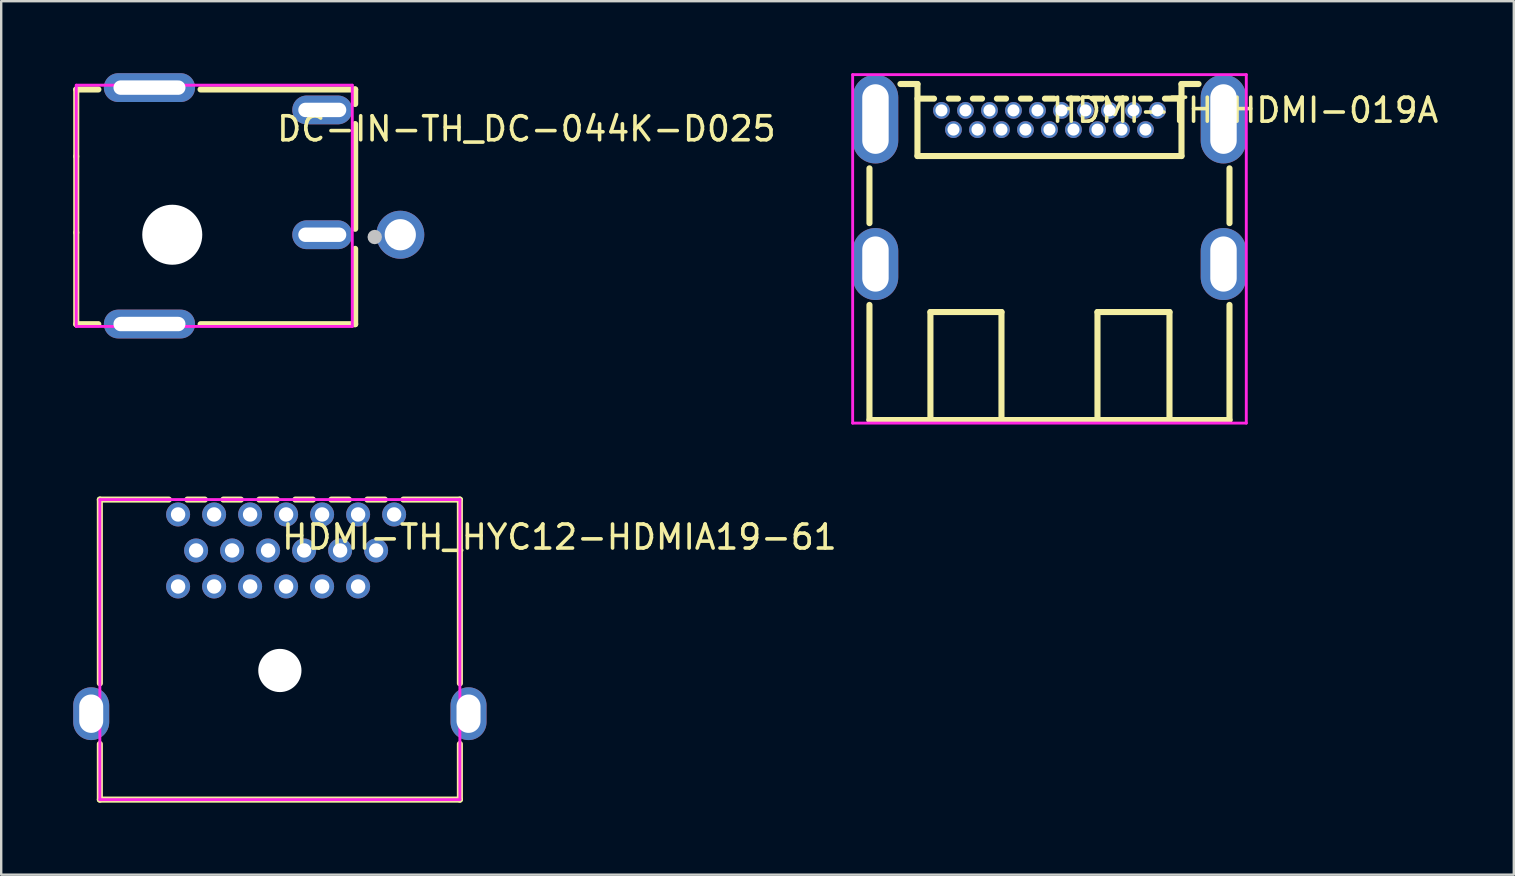
<source format=kicad_pcb>
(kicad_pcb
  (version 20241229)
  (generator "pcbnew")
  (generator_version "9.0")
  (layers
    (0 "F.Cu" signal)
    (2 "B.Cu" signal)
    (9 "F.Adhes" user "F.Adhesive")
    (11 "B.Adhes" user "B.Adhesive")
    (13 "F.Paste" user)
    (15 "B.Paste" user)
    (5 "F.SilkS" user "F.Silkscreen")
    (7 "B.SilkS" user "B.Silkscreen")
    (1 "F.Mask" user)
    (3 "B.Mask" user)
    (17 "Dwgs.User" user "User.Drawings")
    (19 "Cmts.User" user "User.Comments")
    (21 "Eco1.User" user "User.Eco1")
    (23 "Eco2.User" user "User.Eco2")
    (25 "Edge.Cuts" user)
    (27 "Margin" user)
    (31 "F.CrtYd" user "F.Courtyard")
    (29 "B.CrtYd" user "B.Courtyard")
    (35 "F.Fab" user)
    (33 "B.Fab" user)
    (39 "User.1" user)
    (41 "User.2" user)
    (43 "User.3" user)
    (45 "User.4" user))
  (footprint "HDMI-TH_HDMI-019A"
    (layer "F.Cu")
    (at 40.674 4.75)
    (property "Reference" "HDMI-TH_HDMI-019A" (at 0 -3.207 0) (layer "F.SilkS") (effects (font (size 1 1) (thickness 0.15)) (justify left)))
    (attr through_hole)
    (fp_line (start -7.5 1.496) (end -7.5 -0.786) (stroke (width 0.254) (type solid)) (layer "F.SilkS"))
    (fp_line (start -7.5 9.7) (end -7.5 4.904) (stroke (width 0.254) (type solid)) (layer "F.SilkS"))
    (fp_line (start -7.5 9.7) (end 7.5 9.7) (stroke (width 0.254) (type solid)) (layer "F.SilkS"))
    (fp_line (start -6.21 -4.3) (end -6 -4.3) (stroke (width 0.254) (type solid)) (layer "F.SilkS"))
    (fp_line (start -6 -4.3) (end -5.5 -4.3) (stroke (width 0.254) (type solid)) (layer "F.SilkS"))
    (fp_line (start -5.5 -4.3) (end -5.5 -1.3) (stroke (width 0.254) (type solid)) (layer "F.SilkS"))
    (fp_line (start -5.5 -3.69) (end -4.81 -3.69) (stroke (width 0.254) (type solid)) (layer "F.SilkS"))
    (fp_line (start -5.5 -1.3) (end 5.5 -1.3) (stroke (width 0.254) (type solid)) (layer "F.SilkS"))
    (fp_line (start -4.96 5.2) (end -2 5.2) (stroke (width 0.254) (type solid)) (layer "F.SilkS"))
    (fp_line (start -4.96 9.7) (end -4.96 5.2) (stroke (width 0.254) (type solid)) (layer "F.SilkS"))
    (fp_line (start -4.19 -3.69) (end -3.81 -3.69) (stroke (width 0.254) (type solid)) (layer "F.SilkS"))
    (fp_line (start -3.19 -3.69) (end -2.81 -3.69) (stroke (width 0.254) (type solid)) (layer "F.SilkS"))
    (fp_line (start -2.19 -3.69) (end -1.81 -3.69) (stroke (width 0.254) (type solid)) (layer "F.SilkS"))
    (fp_line (start -2 5.2) (end -2 9.7) (stroke (width 0.254) (type solid)) (layer "F.SilkS"))
    (fp_line (start -1.19 -3.69) (end -0.81 -3.69) (stroke (width 0.254) (type solid)) (layer "F.SilkS"))
    (fp_line (start -0.19 -3.69) (end 0.19 -3.69) (stroke (width 0.254) (type solid)) (layer "F.SilkS"))
    (fp_line (start 0.81 -3.69) (end 1.19 -3.69) (stroke (width 0.254) (type solid)) (layer "F.SilkS"))
    (fp_line (start 1.81 -3.69) (end 2.19 -3.69) (stroke (width 0.254) (type solid)) (layer "F.SilkS"))
    (fp_line (start 2 5.2) (end 5 5.2) (stroke (width 0.254) (type solid)) (layer "F.SilkS"))
    (fp_line (start 2 9.7) (end 2 5.2) (stroke (width 0.254) (type solid)) (layer "F.SilkS"))
    (fp_line (start 2.81 -3.69) (end 3.19 -3.69) (stroke (width 0.254) (type solid)) (layer "F.SilkS"))
    (fp_line (start 3.81 -3.69) (end 4.19 -3.69) (stroke (width 0.254) (type solid)) (layer "F.SilkS"))
    (fp_line (start 4.81 -3.69) (end 5.5 -3.69) (stroke (width 0.254) (type solid)) (layer "F.SilkS"))
    (fp_line (start 5 5.2) (end 5 9.7) (stroke (width 0.254) (type solid)) (layer "F.SilkS"))
    (fp_line (start 5.5 -4.3) (end 6.21 -4.3) (stroke (width 0.254) (type solid)) (layer "F.SilkS"))
    (fp_line (start 5.5 -1.3) (end 5.5 -4.3) (stroke (width 0.254) (type solid)) (layer "F.SilkS"))
    (fp_line (start 7.5 1.496) (end 7.5 -0.786) (stroke (width 0.254) (type solid)) (layer "F.SilkS"))
    (fp_line (start 7.5 9.7) (end 7.5 4.904) (stroke (width 0.254) (type solid)) (layer "F.SilkS"))
    (fp_circle (center -4.5 -3.2) (end -4.425 -3.2) (stroke (width 0.15) (type solid)) (fill no) (layer "Eco2.User"))
    (fp_circle (center -4 -2.4) (end -3.925 -2.4) (stroke (width 0.15) (type solid)) (fill no) (layer "Eco2.User"))
    (fp_circle (center -3.5 -3.2) (end -3.425 -3.2) (stroke (width 0.15) (type solid)) (fill no) (layer "Eco2.User"))
    (fp_circle (center -3 -2.4) (end -2.925 -2.4) (stroke (width 0.15) (type solid)) (fill no) (layer "Eco2.User"))
    (fp_circle (center -2.5 -3.2) (end -2.425 -3.2) (stroke (width 0.15) (type solid)) (fill no) (layer "Eco2.User"))
    (fp_circle (center -2 -2.4) (end -1.925 -2.4) (stroke (width 0.15) (type solid)) (fill no) (layer "Eco2.User"))
    (fp_circle (center -1.5 -3.2) (end -1.425 -3.2) (stroke (width 0.15) (type solid)) (fill no) (layer "Eco2.User"))
    (fp_circle (center -1 -2.4) (end -0.925 -2.4) (stroke (width 0.15) (type solid)) (fill no) (layer "Eco2.User"))
    (fp_circle (center -0.5 -3.2) (end -0.425 -3.2) (stroke (width 0.15) (type solid)) (fill no) (layer "Eco2.User"))
    (fp_circle (center 0 -2.4) (end 0.075 -2.4) (stroke (width 0.15) (type solid)) (fill no) (layer "Eco2.User"))
    (fp_circle (center 0.5 -3.2) (end 0.575 -3.2) (stroke (width 0.15) (type solid)) (fill no) (layer "Eco2.User"))
    (fp_circle (center 1 -2.4) (end 1.075 -2.4) (stroke (width 0.15) (type solid)) (fill no) (layer "Eco2.User"))
    (fp_circle (center 1.5 -3.2) (end 1.575 -3.2) (stroke (width 0.15) (type solid)) (fill no) (layer "Eco2.User"))
    (fp_circle (center 2 -2.4) (end 2.075 -2.4) (stroke (width 0.15) (type solid)) (fill no) (layer "Eco2.User"))
    (fp_circle (center 2.5 -3.2) (end 2.575 -3.2) (stroke (width 0.15) (type solid)) (fill no) (layer "Eco2.User"))
    (fp_circle (center 3 -2.4) (end 3.075 -2.4) (stroke (width 0.15) (type solid)) (fill no) (layer "Eco2.User"))
    (fp_circle (center 3.5 -3.2) (end 3.575 -3.2) (stroke (width 0.15) (type solid)) (fill no) (layer "Eco2.User"))
    (fp_circle (center 4 -2.4) (end 4.075 -2.4) (stroke (width 0.15) (type solid)) (fill no) (layer "Eco2.User"))
    (fp_circle (center 4.5 -3.2) (end 4.575 -3.2) (stroke (width 0.15) (type solid)) (fill no) (layer "Eco2.User"))
    (fp_circle (center 8.2 -4.69) (end 8.23 -4.69) (stroke (width 0.06) (type solid)) (fill no) (layer "Eco2.User"))
    (fp_poly (pts (xy -7.69 -1.94) (xy -7.69 -3.74) (xy -6.81 -3.74) (xy -6.81 -1.94)) (stroke (width 0.12) (type solid)) (fill no) (layer "Eco2.User"))
    (fp_poly (pts (xy -7.69 3.8) (xy -7.69 2.6) (xy -6.81 2.6) (xy -6.81 3.8)) (stroke (width 0.12) (type solid)) (fill no) (layer "Eco2.User"))
    (fp_poly (pts (xy 6.81 -1.94) (xy 6.81 -3.74) (xy 7.69 -3.74) (xy 7.69 -1.94)) (stroke (width 0.12) (type solid)) (fill no) (layer "Eco2.User"))
    (fp_poly (pts (xy 6.81 3.8) (xy 6.81 2.6) (xy 7.69 2.6) (xy 7.69 3.8)) (stroke (width 0.12) (type solid)) (fill no) (layer "Eco2.User"))
    (fp_line (start -8.2 -4.69) (end 8.2 -4.69) (stroke (width 0.12) (type solid)) (layer "F.CrtYd"))
    (fp_line (start -8.2 9.827) (end -8.2 -4.69) (stroke (width 0.12) (type solid)) (layer "F.CrtYd"))
    (fp_line (start 8.2 -4.69) (end 8.2 9.827) (stroke (width 0.12) (type solid)) (layer "F.CrtYd"))
    (fp_line (start 8.2 9.827) (end -8.2 9.827) (stroke (width 0.12) (type solid)) (layer "F.CrtYd"))
    (pad "1" thru_hole circle (at 4.5 -3.2) (size 0.7 0.7) (drill 0.5) (layers "*.Cu" "*.Mask"))
    (pad "2" thru_hole circle (at 4 -2.4) (size 0.7 0.7) (drill 0.5) (layers "*.Cu" "*.Mask"))
    (pad "3" thru_hole circle (at 3.5 -3.2) (size 0.7 0.7) (drill 0.5) (layers "*.Cu" "*.Mask"))
    (pad "4" thru_hole circle (at 3 -2.4) (size 0.7 0.7) (drill 0.5) (layers "*.Cu" "*.Mask"))
    (pad "5" thru_hole circle (at 2.5 -3.2) (size 0.7 0.7) (drill 0.5) (layers "*.Cu" "*.Mask"))
    (pad "6" thru_hole circle (at 2 -2.4) (size 0.7 0.7) (drill 0.5) (layers "*.Cu" "*.Mask"))
    (pad "7" thru_hole circle (at 1.5 -3.2) (size 0.7 0.7) (drill 0.5) (layers "*.Cu" "*.Mask"))
    (pad "8" thru_hole circle (at 1 -2.4) (size 0.7 0.7) (drill 0.5) (layers "*.Cu" "*.Mask"))
    (pad "9" thru_hole circle (at 0.5 -3.2) (size 0.7 0.7) (drill 0.5) (layers "*.Cu" "*.Mask"))
    (pad "10" thru_hole circle (at 0 -2.4) (size 0.7 0.7) (drill 0.5) (layers "*.Cu" "*.Mask"))
    (pad "11" thru_hole circle (at -0.5 -3.2) (size 0.7 0.7) (drill 0.5) (layers "*.Cu" "*.Mask"))
    (pad "12" thru_hole circle (at -1 -2.4) (size 0.7 0.7) (drill 0.5) (layers "*.Cu" "*.Mask"))
    (pad "13" thru_hole circle (at -1.5 -3.2) (size 0.7 0.7) (drill 0.5) (layers "*.Cu" "*.Mask"))
    (pad "14" thru_hole circle (at -2 -2.4) (size 0.7 0.7) (drill 0.5) (layers "*.Cu" "*.Mask"))
    (pad "15" thru_hole circle (at -2.5 -3.2) (size 0.7 0.7) (drill 0.5) (layers "*.Cu" "*.Mask"))
    (pad "16" thru_hole circle (at -3 -2.4) (size 0.7 0.7) (drill 0.5) (layers "*.Cu" "*.Mask"))
    (pad "17" thru_hole circle (at -3.5 -3.2) (size 0.7 0.7) (drill 0.5) (layers "*.Cu" "*.Mask"))
    (pad "18" thru_hole circle (at -4 -2.4) (size 0.7 0.7) (drill 0.5) (layers "*.Cu" "*.Mask"))
    (pad "19" thru_hole circle (at -4.5 -3.2) (size 0.7 0.7) (drill 0.5) (layers "*.Cu" "*.Mask"))
    (pad "SH" thru_hole oval (at -7.25 -2.84 90) (size 3.7 1.9) (drill oval 2.9 1.1) (layers "*.Cu" "*.Mask"))
    (pad "SH" thru_hole oval (at -7.25 3.2 90) (size 3 1.9) (drill oval 2.3 1.1) (layers "*.Cu" "*.Mask"))
    (pad "SH" thru_hole oval (at 7.25 -2.84 90) (size 3.7 1.9) (drill oval 2.9 1.1) (layers "*.Cu" "*.Mask"))
    (pad "SH" thru_hole oval (at 7.25 3.2 90) (size 3 1.9) (drill oval 2.3 1.1) (layers "*.Cu" "*.Mask")))
  (footprint "DC-IN-TH_DC-044K-D025"
    (layer "F.Cu")
    (at 8.402 5.525)
    (property "Reference" "DC-IN-TH_DC-044K-D025" (at 0 -3.207 0) (layer "F.SilkS") (effects (font (size 1 1) (thickness 0.15)) (justify left)))
    (attr through_hole)
    (fp_line (start -8.275 -4.848) (end -7.353 -4.848) (stroke (width 0.254) (type solid)) (layer "F.SilkS"))
    (fp_line (start -8.275 -2.06) (end -8.275 -4.848) (stroke (width 0.254) (type solid)) (layer "F.SilkS"))
    (fp_line (start -8.275 -2.06) (end -8.275 1.115) (stroke (width 0.254) (type solid)) (layer "F.SilkS"))
    (fp_line (start -8.275 1.115) (end -8.275 4.931) (stroke (width 0.254) (type solid)) (layer "F.SilkS"))
    (fp_line (start -8.275 4.931) (end -7.356 4.931) (stroke (width 0.254) (type solid)) (layer "F.SilkS"))
    (fp_line (start -3.097 -4.848) (end 3.345 -4.848) (stroke (width 0.254) (type solid)) (layer "F.SilkS"))
    (fp_line (start -3.094 4.931) (end 3.345 4.931) (stroke (width 0.254) (type solid)) (layer "F.SilkS"))
    (fp_line (start 3.345 -4.848) (end 3.345 -4.243) (stroke (width 0.254) (type solid)) (layer "F.SilkS"))
    (fp_line (start 3.345 -3.407) (end 3.345 0.957) (stroke (width 0.254) (type solid)) (layer "F.SilkS"))
    (fp_line (start 3.345 1.793) (end 3.345 4.931) (stroke (width 0.254) (type solid)) (layer "F.SilkS"))
    (fp_circle (center 4.16 1.3) (end 4.31 1.3) (stroke (width 0.3) (type solid)) (fill no) (layer "Dwgs.User"))
    (fp_line (start 3.225 0.73) (end 5.7 0.73) (stroke (width 0.12) (type solid)) (layer "Eco2.User"))
    (fp_line (start 3.225 1.68) (end 3.225 0.73) (stroke (width 0.12) (type solid)) (layer "Eco2.User"))
    (fp_line (start 5.7 0.73) (end 5.7 1.68) (stroke (width 0.12) (type solid)) (layer "Eco2.User"))
    (fp_line (start 5.7 1.68) (end 3.225 1.68) (stroke (width 0.12) (type solid)) (layer "Eco2.User"))
    (fp_circle (center -8.275 -5.125) (end -8.245 -5.125) (stroke (width 0.06) (type solid)) (fill no) (layer "Eco2.User"))
    (fp_circle (center 5.225 1.205) (end 5.475 1.205) (stroke (width 0.5) (type solid)) (fill no) (layer "Eco2.User"))
    (fp_poly (pts (xy -4.325 -5.125) (xy -4.325 -4.725) (xy -6.125 -4.725) (xy -6.125 -5.125)) (stroke (width 0.12) (type solid)) (fill no) (layer "Eco2.User"))
    (fp_poly (pts (xy -4.325 4.725) (xy -4.325 5.125) (xy -6.125 5.125) (xy -6.125 4.725)) (stroke (width 0.12) (type solid)) (fill no) (layer "Eco2.User"))
    (fp_poly (pts (xy 2.725 -4.195) (xy 2.725 -3.795) (xy 1.225 -3.795) (xy 1.225 -4.195)) (stroke (width 0.12) (type solid)) (fill no) (layer "Eco2.User"))
    (fp_poly (pts (xy 2.725 1.005) (xy 2.725 1.405) (xy 1.225 1.405) (xy 1.225 1.005)) (stroke (width 0.12) (type solid)) (fill no) (layer "Eco2.User"))
    (fp_line (start -8.275 -5.025) (end 3.225 -5.025) (stroke (width 0.12) (type solid)) (layer "F.CrtYd"))
    (fp_line (start -8.275 5.025) (end -8.275 -5.025) (stroke (width 0.12) (type solid)) (layer "F.CrtYd"))
    (fp_line (start 3.225 -5.025) (end 3.225 5.025) (stroke (width 0.12) (type solid)) (layer "F.CrtYd"))
    (fp_line (start 3.225 5.025) (end -8.275 5.025) (stroke (width 0.12) (type solid)) (layer "F.CrtYd"))
    (pad "" np_thru_hole circle (at -4.275 1.205) (size 2.5 2.5) (drill 2.5) (layers "*.Cu" "*.Mask"))
    (pad "1" thru_hole oval (at -5.225 -4.925 90) (size 1.2 3.8) (drill oval 0.6 3) (layers "*.Cu" "*.Mask"))
    (pad "2" thru_hole oval (at 1.975 -3.995 90) (size 1.2 2.5) (drill oval 0.6 2) (layers "*.Cu" "*.Mask"))
    (pad "3" thru_hole oval (at 1.975 1.205 90) (size 1.2 2.5) (drill oval 0.6 2) (layers "*.Cu" "*.Mask"))
    (pad "4" thru_hole circle (at 5.225 1.205 90) (size 2 2) (drill 1.3) (layers "*.Cu" "*.Mask"))
    (pad "6" thru_hole oval (at -5.225 4.925 90) (size 1.2 3.8) (drill oval 0.6 3) (layers "*.Cu" "*.Mask")))
  (footprint "HDMI-TH_HYC12-HDMIA19-61"
    (layer "F.Cu")
    (at 8.61 22.534)
    (property "Reference" "HDMI-TH_HYC12-HDMIA19-61" (at 0 -3.207 0) (layer "F.SilkS") (effects (font (size 1 1) (thickness 0.15)) (justify left)))
    (attr through_hole)
    (fp_line (start -7.5 -4.77) (end -4.625 -4.77) (stroke (width 0.254) (type solid)) (layer "F.SilkS"))
    (fp_line (start -7.5 2.887) (end -7.5 -4.77) (stroke (width 0.254) (type solid)) (layer "F.SilkS"))
    (fp_line (start -7.5 7.73) (end -7.5 5.412) (stroke (width 0.254) (type solid)) (layer "F.SilkS"))
    (fp_line (start -3.855 -4.77) (end -3.125 -4.77) (stroke (width 0.254) (type solid)) (layer "F.SilkS"))
    (fp_line (start -2.355 -4.77) (end -1.625 -4.77) (stroke (width 0.254) (type solid)) (layer "F.SilkS"))
    (fp_line (start -0.855 -4.77) (end -0.125 -4.77) (stroke (width 0.254) (type solid)) (layer "F.SilkS"))
    (fp_line (start 0.645 -4.77) (end 1.375 -4.77) (stroke (width 0.254) (type solid)) (layer "F.SilkS"))
    (fp_line (start 2.145 -4.77) (end 2.875 -4.77) (stroke (width 0.254) (type solid)) (layer "F.SilkS"))
    (fp_line (start 3.645 -4.77) (end 4.375 -4.77) (stroke (width 0.254) (type solid)) (layer "F.SilkS"))
    (fp_line (start 5.145 -4.77) (end 7.5 -4.77) (stroke (width 0.254) (type solid)) (layer "F.SilkS"))
    (fp_line (start 7.5 -4.77) (end 7.5 2.887) (stroke (width 0.254) (type solid)) (layer "F.SilkS"))
    (fp_line (start 7.5 5.412) (end 7.5 7.73) (stroke (width 0.254) (type solid)) (layer "F.SilkS"))
    (fp_line (start 7.5 7.73) (end -7.5 7.73) (stroke (width 0.254) (type solid)) (layer "F.SilkS"))
    (fp_circle (center 0 2.35) (end 0.4 2.35) (stroke (width 0.8) (type solid)) (fill no) (layer "Dwgs.User"))
    (fp_line (start -8.11 3.65) (end -7.49 3.65) (stroke (width 0.12) (type solid)) (layer "Eco2.User"))
    (fp_line (start -8.11 4.65) (end -8.11 3.65) (stroke (width 0.12) (type solid)) (layer "Eco2.User"))
    (fp_line (start -7.49 3.65) (end -7.49 4.65) (stroke (width 0.12) (type solid)) (layer "Eco2.User"))
    (fp_line (start -7.49 4.65) (end -8.11 4.65) (stroke (width 0.12) (type solid)) (layer "Eco2.User"))
    (fp_line (start 7.49 3.65) (end 8.11 3.65) (stroke (width 0.12) (type solid)) (layer "Eco2.User"))
    (fp_line (start 7.49 4.65) (end 7.49 3.65) (stroke (width 0.12) (type solid)) (layer "Eco2.User"))
    (fp_line (start 8.11 3.65) (end 8.11 4.65) (stroke (width 0.12) (type solid)) (layer "Eco2.User"))
    (fp_line (start 8.11 4.65) (end 7.49 4.65) (stroke (width 0.12) (type solid)) (layer "Eco2.User"))
    (fp_circle (center 8.11 -4.77) (end 8.14 -4.77) (stroke (width 0.06) (type solid)) (fill no) (layer "Eco2.User"))
    (fp_poly (pts (xy -8.11 3.65) (xy -7.61 3.65) (xy -7.61 4.65) (xy -8.11 4.65)) (stroke (width 0.12) (type solid)) (fill no) (layer "Eco2.User"))
    (fp_poly (pts (xy -4.49 -4.275) (xy -3.99 -4.275) (xy -3.99 -4.025) (xy -4.49 -4.025)) (stroke (width 0.12) (type solid)) (fill no) (layer "Eco2.User"))
    (fp_poly (pts (xy -4.49 -1.275) (xy -3.99 -1.275) (xy -3.99 -1.025) (xy -4.49 -1.025)) (stroke (width 0.12) (type solid)) (fill no) (layer "Eco2.User"))
    (fp_poly (pts (xy -3.74 -2.775) (xy -3.24 -2.775) (xy -3.24 -2.525) (xy -3.74 -2.525)) (stroke (width 0.12) (type solid)) (fill no) (layer "Eco2.User"))
    (fp_poly (pts (xy -2.99 -4.275) (xy -2.49 -4.275) (xy -2.49 -4.025) (xy -2.99 -4.025)) (stroke (width 0.12) (type solid)) (fill no) (layer "Eco2.User"))
    (fp_poly (pts (xy -2.99 -1.275) (xy -2.49 -1.275) (xy -2.49 -1.025) (xy -2.99 -1.025)) (stroke (width 0.12) (type solid)) (fill no) (layer "Eco2.User"))
    (fp_poly (pts (xy -2.24 -2.775) (xy -1.74 -2.775) (xy -1.74 -2.525) (xy -2.24 -2.525)) (stroke (width 0.12) (type solid)) (fill no) (layer "Eco2.User"))
    (fp_poly (pts (xy -1.49 -4.275) (xy -0.99 -4.275) (xy -0.99 -4.025) (xy -1.49 -4.025)) (stroke (width 0.12) (type solid)) (fill no) (layer "Eco2.User"))
    (fp_poly (pts (xy -1.49 -1.275) (xy -0.99 -1.275) (xy -0.99 -1.025) (xy -1.49 -1.025)) (stroke (width 0.12) (type solid)) (fill no) (layer "Eco2.User"))
    (fp_poly (pts (xy -0.74 -2.775) (xy -0.24 -2.775) (xy -0.24 -2.525) (xy -0.74 -2.525)) (stroke (width 0.12) (type solid)) (fill no) (layer "Eco2.User"))
    (fp_poly (pts (xy 0.01 -4.275) (xy 0.51 -4.275) (xy 0.51 -4.025) (xy 0.01 -4.025)) (stroke (width 0.12) (type solid)) (fill no) (layer "Eco2.User"))
    (fp_poly (pts (xy 0.01 -1.275) (xy 0.51 -1.275) (xy 0.51 -1.025) (xy 0.01 -1.025)) (stroke (width 0.12) (type solid)) (fill no) (layer "Eco2.User"))
    (fp_poly (pts (xy 0.76 -2.775) (xy 1.26 -2.775) (xy 1.26 -2.525) (xy 0.76 -2.525)) (stroke (width 0.12) (type solid)) (fill no) (layer "Eco2.User"))
    (fp_poly (pts (xy 1.51 -4.275) (xy 2.01 -4.275) (xy 2.01 -4.025) (xy 1.51 -4.025)) (stroke (width 0.12) (type solid)) (fill no) (layer "Eco2.User"))
    (fp_poly (pts (xy 1.51 -1.275) (xy 2.01 -1.275) (xy 2.01 -1.025) (xy 1.51 -1.025)) (stroke (width 0.12) (type solid)) (fill no) (layer "Eco2.User"))
    (fp_poly (pts (xy 2.26 -2.775) (xy 2.76 -2.775) (xy 2.76 -2.525) (xy 2.26 -2.525)) (stroke (width 0.12) (type solid)) (fill no) (layer "Eco2.User"))
    (fp_poly (pts (xy 3.01 -4.275) (xy 3.51 -4.275) (xy 3.51 -4.025) (xy 3.01 -4.025)) (stroke (width 0.12) (type solid)) (fill no) (layer "Eco2.User"))
    (fp_poly (pts (xy 3.01 -1.275) (xy 3.51 -1.275) (xy 3.51 -1.025) (xy 3.01 -1.025)) (stroke (width 0.12) (type solid)) (fill no) (layer "Eco2.User"))
    (fp_poly (pts (xy 3.76 -2.775) (xy 4.26 -2.775) (xy 4.26 -2.525) (xy 3.76 -2.525)) (stroke (width 0.12) (type solid)) (fill no) (layer "Eco2.User"))
    (fp_poly (pts (xy 4.51 -4.275) (xy 5.01 -4.275) (xy 5.01 -4.025) (xy 4.51 -4.025)) (stroke (width 0.12) (type solid)) (fill no) (layer "Eco2.User"))
    (fp_poly (pts (xy 7.61 3.65) (xy 8.11 3.65) (xy 8.11 4.65) (xy 7.61 4.65)) (stroke (width 0.12) (type solid)) (fill no) (layer "Eco2.User"))
    (fp_line (start -7.5 -4.77) (end 7.5 -4.77) (stroke (width 0.12) (type solid)) (layer "F.CrtYd"))
    (fp_line (start -7.5 7.73) (end -7.5 -4.77) (stroke (width 0.12) (type solid)) (layer "F.CrtYd"))
    (fp_line (start 7.5 -4.77) (end 7.5 7.73) (stroke (width 0.12) (type solid)) (layer "F.CrtYd"))
    (fp_line (start 7.5 7.73) (end -7.5 7.73) (stroke (width 0.12) (type solid)) (layer "F.CrtYd"))
    (pad "" np_thru_hole circle (at 0 2.35) (size 1.8 1.8) (drill 1.8) (layers "*.Cu" "*.Mask"))
    (pad "1" thru_hole circle (at 4.76 -4.15) (size 1 1) (drill 0.6) (layers "*.Cu" "*.Mask"))
    (pad "2" thru_hole circle (at 4.01 -2.65) (size 1 1) (drill 0.6) (layers "*.Cu" "*.Mask"))
    (pad "3" thru_hole circle (at 3.26 -4.15) (size 1 1) (drill 0.6) (layers "*.Cu" "*.Mask"))
    (pad "4" thru_hole circle (at 3.26 -1.15) (size 1 1) (drill 0.6) (layers "*.Cu" "*.Mask"))
    (pad "5" thru_hole circle (at 2.51 -2.65) (size 1 1) (drill 0.6) (layers "*.Cu" "*.Mask"))
    (pad "6" thru_hole circle (at 1.76 -1.15) (size 1 1) (drill 0.6) (layers "*.Cu" "*.Mask"))
    (pad "7" thru_hole circle (at 1.76 -4.15) (size 1 1) (drill 0.6) (layers "*.Cu" "*.Mask"))
    (pad "8" thru_hole circle (at 1.01 -2.65) (size 1 1) (drill 0.6) (layers "*.Cu" "*.Mask"))
    (pad "9" thru_hole circle (at 0.26 -4.15) (size 1 1) (drill 0.6) (layers "*.Cu" "*.Mask"))
    (pad "10" thru_hole circle (at 0.26 -1.15) (size 1 1) (drill 0.6) (layers "*.Cu" "*.Mask"))
    (pad "11" thru_hole circle (at -0.49 -2.65) (size 1 1) (drill 0.6) (layers "*.Cu" "*.Mask"))
    (pad "12" thru_hole circle (at -1.24 -1.15) (size 1 1) (drill 0.6) (layers "*.Cu" "*.Mask"))
    (pad "13" thru_hole circle (at -1.24 -4.15) (size 1 1) (drill 0.6) (layers "*.Cu" "*.Mask"))
    (pad "14" thru_hole circle (at -1.99 -2.65) (size 1 1) (drill 0.6) (layers "*.Cu" "*.Mask"))
    (pad "15" thru_hole circle (at -2.74 -4.15) (size 1 1) (drill 0.6) (layers "*.Cu" "*.Mask"))
    (pad "16" thru_hole circle (at -2.74 -1.15) (size 1 1) (drill 0.6) (layers "*.Cu" "*.Mask"))
    (pad "17" thru_hole circle (at -3.49 -2.65) (size 1 1) (drill 0.6) (layers "*.Cu" "*.Mask"))
    (pad "18" thru_hole circle (at -4.24 -1.15) (size 1 1) (drill 0.6) (layers "*.Cu" "*.Mask"))
    (pad "19" thru_hole circle (at -4.24 -4.15) (size 1 1) (drill 0.6) (layers "*.Cu" "*.Mask"))
    (pad "SH" thru_hole oval (at -7.86 4.15) (size 1.5 2.2) (drill oval 1 1.6) (layers "*.Cu" "*.Mask"))
    (pad "SH" thru_hole oval (at 7.86 4.15) (size 1.5 2.2) (drill oval 1 1.6) (layers "*.Cu" "*.Mask")))
  (gr_rect
    (start -3 -3)
    (end 60.019 33.391)
    (stroke (width 0.1) (type default))
    (fill no)
    (layer "Edge.Cuts")))
</source>
